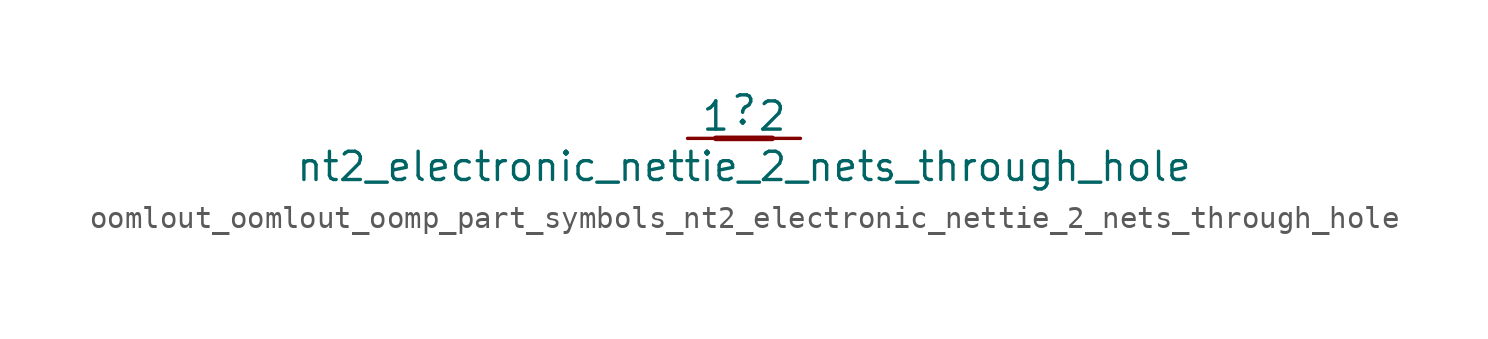
<source format=kicad_sym>
(kicad_symbol_lib
  (version 20220914)
  (generator kicad_symbol_editor)
  (symbol "oomlout_oomlout_oomp_part_symbols_nt2_electronic_nettie_2_nets_through_hole"
    (pin_numbers hide)
    (pin_names
      (offset 0))
    (property "Reference" ""
      (at 0 1.27 0)
      (effects (font (size 1.27 1.27))))
    (property "Value" "nt2_electronic_nettie_2_nets_through_hole"
      (at 0 -1.27 0)
      (effects (font (size 1.27 1.27))))
    (symbol "oomlout_oomlout_oomp_part_symbols_nt2_electronic_nettie_2_nets_through_hole_0_1"
      (polyline (pts (xy -1.27 0) (xy 1.27 0)) (stroke (width 0.254) (type default)) (fill (type none))))
    (symbol "oomlout_oomlout_oomp_part_symbols_nt2_electronic_nettie_2_nets_through_hole_1_1"
      (pin passive line (at -2.54 0 0) (length 2.54) (name "1" (effects (font (size 1.27 1.27)))) (number "1" (effects (font (size 1.27 1.27)))))
      (pin passive line (at 2.54 0 180) (length 2.54) (name "2" (effects (font (size 1.27 1.27)))) (number "2" (effects (font (size 1.27 1.27))))))))
</source>
